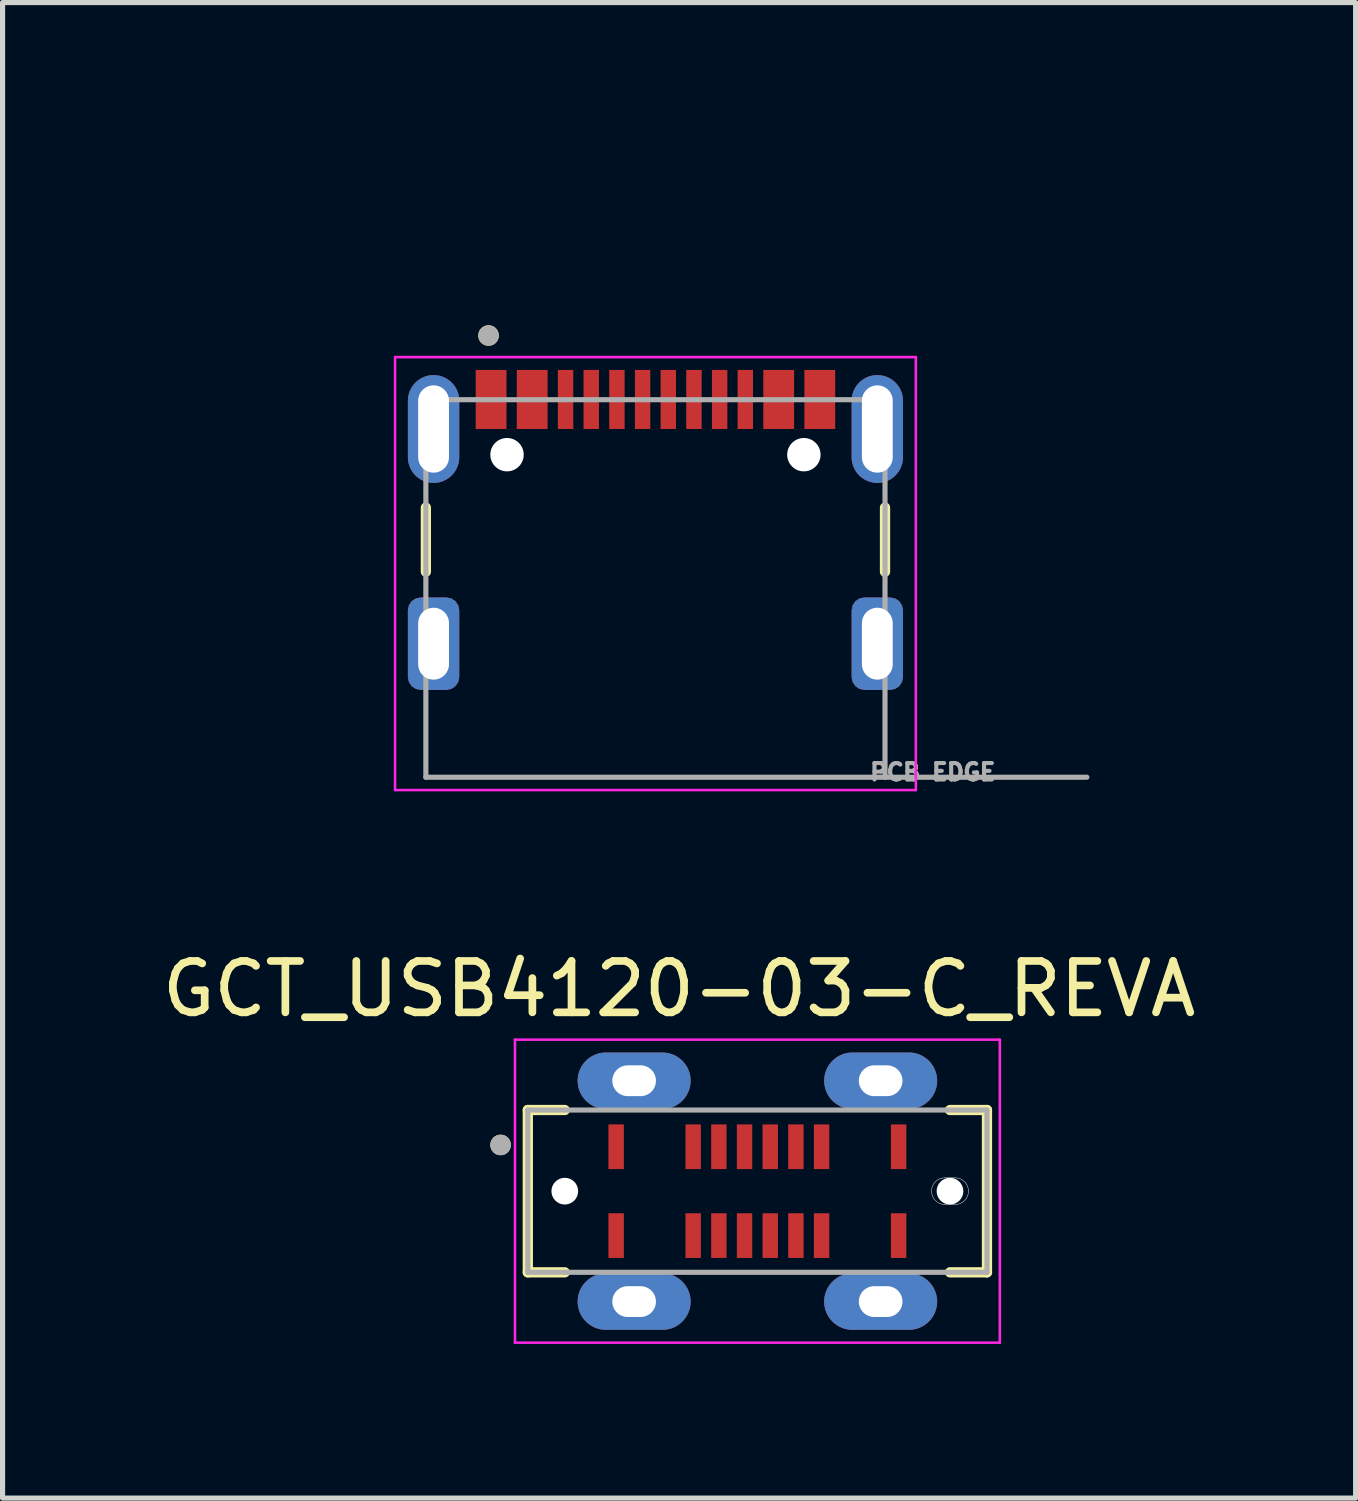
<source format=kicad_pcb>
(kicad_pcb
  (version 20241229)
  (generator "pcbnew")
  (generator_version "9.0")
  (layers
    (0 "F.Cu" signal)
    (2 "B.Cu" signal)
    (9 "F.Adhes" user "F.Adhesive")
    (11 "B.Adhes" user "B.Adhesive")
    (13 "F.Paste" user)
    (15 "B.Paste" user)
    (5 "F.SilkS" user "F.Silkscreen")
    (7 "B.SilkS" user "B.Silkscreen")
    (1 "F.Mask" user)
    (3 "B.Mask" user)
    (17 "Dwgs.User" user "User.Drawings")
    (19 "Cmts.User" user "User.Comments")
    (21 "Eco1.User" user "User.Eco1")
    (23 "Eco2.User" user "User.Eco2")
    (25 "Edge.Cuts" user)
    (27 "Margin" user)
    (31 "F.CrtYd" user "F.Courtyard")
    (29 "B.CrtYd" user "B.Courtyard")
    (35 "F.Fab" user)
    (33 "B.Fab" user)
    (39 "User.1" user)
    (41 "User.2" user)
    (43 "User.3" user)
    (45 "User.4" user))
  (footprint "GCT_USB4105-GF-A"
    (layer "F.Cu")
    (at 9.712 9.483)
    (property "Reference" "GCT_USB4105-GF-A" (at -1.825 -8.635 0) (layer "User.2") (effects (font (size 1 1) (thickness 0.15))))
    (attr smd)
    (fp_line (start -4.47 -2.65) (end -4.47 -1.4) (stroke (width 0.2) (type solid)) (layer "F.SilkS"))
    (fp_line (start 4.47 -2.65) (end 4.47 -1.4) (stroke (width 0.2) (type solid)) (layer "F.SilkS"))
    (fp_circle (center -3.25 -6) (end -3.15 -6) (stroke (width 0.2) (type solid)) (fill no) (layer "F.SilkS"))
    (fp_line (start -5.07 -5.58) (end -5.07 2.85) (stroke (width 0.05) (type solid)) (layer "F.CrtYd"))
    (fp_line (start -5.07 2.85) (end 5.07 2.85) (stroke (width 0.05) (type solid)) (layer "F.CrtYd"))
    (fp_line (start 5.07 -5.58) (end -5.07 -5.58) (stroke (width 0.05) (type solid)) (layer "F.CrtYd"))
    (fp_line (start 5.07 2.85) (end 5.07 -5.58) (stroke (width 0.05) (type solid)) (layer "F.CrtYd"))
    (fp_line (start -4.47 -4.75) (end 4.47 -4.75) (stroke (width 0.1) (type solid)) (layer "F.Fab"))
    (fp_line (start -4.47 2.6) (end -4.47 -4.75) (stroke (width 0.1) (type solid)) (layer "F.Fab"))
    (fp_line (start 4.47 -4.75) (end 4.47 2.6) (stroke (width 0.1) (type solid)) (layer "F.Fab"))
    (fp_line (start 4.47 2.6) (end -4.47 2.6) (stroke (width 0.1) (type solid)) (layer "F.Fab"))
    (fp_line (start 4.47 2.6) (end 8.4 2.6) (stroke (width 0.1) (type solid)) (layer "F.Fab"))
    (fp_circle (center -3.25 -6) (end -3.15 -6) (stroke (width 0.2) (type solid)) (fill no) (layer "F.Fab"))
    (fp_text user "PCB EDGE" (at 5.4 2.5 0) (layer "F.Fab") (effects (font (size 0.32 0.32) (thickness 0.15))))
    (pad "" np_thru_hole circle (at -2.89 -3.68) (size 0.65 0.65) (drill 0.65) (layers "*.Cu" "*.Mask"))
    (pad "" np_thru_hole circle (at 2.89 -3.68) (size 0.65 0.65) (drill 0.65) (layers "*.Cu" "*.Mask"))
    (pad "A5" smd rect (at -1.25 -4.755) (size 0.3 1.15) (layers "F.Cu" "F.Mask" "F.Paste"))
    (pad "A6" smd rect (at -0.25 -4.755) (size 0.3 1.15) (layers "F.Cu" "F.Mask" "F.Paste"))
    (pad "A7" smd rect (at 0.25 -4.755) (size 0.3 1.15) (layers "F.Cu" "F.Mask" "F.Paste"))
    (pad "A8" smd rect (at 1.25 -4.755) (size 0.3 1.15) (layers "F.Cu" "F.Mask" "F.Paste"))
    (pad "B5" smd rect (at 1.75 -4.755) (size 0.3 1.15) (layers "F.Cu" "F.Mask" "F.Paste"))
    (pad "B6" smd rect (at 0.75 -4.755) (size 0.3 1.15) (layers "F.Cu" "F.Mask" "F.Paste"))
    (pad "B7" smd rect (at -0.75 -4.755) (size 0.3 1.15) (layers "F.Cu" "F.Mask" "F.Paste"))
    (pad "B8" smd rect (at -1.75 -4.755) (size 0.3 1.15) (layers "F.Cu" "F.Mask" "F.Paste"))
    (pad "GND" smd rect (at -3.2 -4.755) (size 0.6 1.15) (layers "F.Cu" "F.Mask" "F.Paste"))
    (pad "GND" smd rect (at 3.2 -4.755) (size 0.6 1.15) (layers "F.Cu" "F.Mask" "F.Paste"))
    (pad "SH1" thru_hole oval (at -4.32 -4.18) (size 1 2.1) (drill oval 0.6 1.7) (layers "*.Cu" "*.Mask"))
    (pad "SH2" thru_hole oval (at 4.32 -4.18) (size 1 2.1) (drill oval 0.6 1.7) (layers "*.Cu" "*.Mask"))
    (pad "SH3" thru_hole roundrect (at -4.32 0) (size 1 1.8) (drill oval 0.6 1.4) (layers "*.Cu" "*.Mask") (roundrect_rratio 0.25))
    (pad "SH4" thru_hole roundrect (at 4.32 0) (size 1 1.8) (drill oval 0.6 1.4) (layers "*.Cu" "*.Mask") (roundrect_rratio 0.25))
    (pad "VBUS" smd rect (at -2.4 -4.755) (size 0.6 1.15) (layers "F.Cu" "F.Mask" "F.Paste"))
    (pad "VBUS" smd rect (at 2.4 -4.755) (size 0.6 1.15) (layers "F.Cu" "F.Mask" "F.Paste")))
  (footprint "GCT_USB4120-03-C_REVA"
    (layer "F.Cu")
    (at 11.697 20.143)
    (property "Reference" "GCT_USB4120-03-C_REVA" (at -1.524 -3.937 0) (layer "F.SilkS") (effects (font (size 1 1) (thickness 0.15))))
    (attr smd)
    (fp_line (start -4.47 -1.58) (end -4.47 1.58) (stroke (width 0.2) (type solid)) (layer "F.SilkS"))
    (fp_line (start -4.47 1.58) (end -3.75 1.58) (stroke (width 0.2) (type solid)) (layer "F.SilkS"))
    (fp_line (start -3.75 -1.58) (end -4.47 -1.58) (stroke (width 0.2) (type solid)) (layer "F.SilkS"))
    (fp_line (start 3.75 -1.58) (end 4.47 -1.58) (stroke (width 0.2) (type solid)) (layer "F.SilkS"))
    (fp_line (start 4.47 -1.58) (end 4.47 1.58) (stroke (width 0.2) (type solid)) (layer "F.SilkS"))
    (fp_line (start 4.47 1.58) (end 3.75 1.58) (stroke (width 0.2) (type solid)) (layer "F.SilkS"))
    (fp_circle (center -5 -0.9) (end -4.9 -0.9) (stroke (width 0.2) (type solid)) (fill no) (layer "F.SilkS"))
    (fp_line (start 3.65 -0.26) (end 3.85 -0.26) (stroke (width 0.01) (type solid)) (layer "Edge.Cuts"))
    (fp_line (start 3.85 0.26) (end 3.65 0.26) (stroke (width 0.01) (type solid)) (layer "Edge.Cuts"))
    (fp_arc (start 3.39 0) (mid 3.466152 -0.183848) (end 3.65 -0.26) (stroke (width 0.01) (type solid)) (layer "Edge.Cuts"))
    (fp_arc (start 3.65 0.26) (mid 3.466152 0.183848) (end 3.39 0) (stroke (width 0.01) (type solid)) (layer "Edge.Cuts"))
    (fp_arc (start 3.85 -0.26) (mid 4.033848 -0.183848) (end 4.11 0) (stroke (width 0.01) (type solid)) (layer "Edge.Cuts"))
    (fp_arc (start 4.11 0) (mid 4.033848 0.183848) (end 3.85 0.26) (stroke (width 0.01) (type solid)) (layer "Edge.Cuts"))
    (fp_line (start -4.72 -2.95) (end 4.72 -2.95) (stroke (width 0.05) (type solid)) (layer "F.CrtYd"))
    (fp_line (start -4.72 2.95) (end -4.72 -2.95) (stroke (width 0.05) (type solid)) (layer "F.CrtYd"))
    (fp_line (start 4.72 -2.95) (end 4.72 2.95) (stroke (width 0.05) (type solid)) (layer "F.CrtYd"))
    (fp_line (start 4.72 2.95) (end -4.72 2.95) (stroke (width 0.05) (type solid)) (layer "F.CrtYd"))
    (fp_line (start -4.47 -1.58) (end 4.47 -1.58) (stroke (width 0.1) (type solid)) (layer "F.Fab"))
    (fp_line (start -4.47 1.58) (end -4.47 -1.58) (stroke (width 0.1) (type solid)) (layer "F.Fab"))
    (fp_line (start 4.47 -1.58) (end 4.47 1.58) (stroke (width 0.1) (type solid)) (layer "F.Fab"))
    (fp_line (start 4.47 1.58) (end -4.47 1.58) (stroke (width 0.1) (type solid)) (layer "F.Fab"))
    (fp_circle (center -5 -0.9) (end -4.9 -0.9) (stroke (width 0.2) (type solid)) (fill no) (layer "F.Fab"))
    (pad "" np_thru_hole circle (at -3.75 0) (size 0.52 0.52) (drill 0.52) (layers "*.Cu" "*.Mask"))
    (pad "" np_thru_hole circle (at 3.75 0) (size 0.52 0.52) (drill 0.52) (layers "*.Cu" "*.Mask"))
    (pad "A1" smd rect (at -2.75 -0.865) (size 0.3 0.87) (layers "F.Cu" "F.Mask" "F.Paste"))
    (pad "A4" smd rect (at -1.25 -0.865) (size 0.3 0.87) (layers "F.Cu" "F.Mask" "F.Paste"))
    (pad "A5" smd rect (at -0.75 -0.865) (size 0.3 0.87) (layers "F.Cu" "F.Mask" "F.Paste"))
    (pad "A6" smd rect (at -0.25 -0.865) (size 0.3 0.87) (layers "F.Cu" "F.Mask" "F.Paste"))
    (pad "A7" smd rect (at 0.25 -0.865) (size 0.3 0.87) (layers "F.Cu" "F.Mask" "F.Paste"))
    (pad "A8" smd rect (at 0.75 -0.865) (size 0.3 0.87) (layers "F.Cu" "F.Mask" "F.Paste"))
    (pad "A9" smd rect (at 1.25 -0.865) (size 0.3 0.87) (layers "F.Cu" "F.Mask" "F.Paste"))
    (pad "A12" smd rect (at 2.75 -0.865) (size 0.3 0.87) (layers "F.Cu" "F.Mask" "F.Paste"))
    (pad "B1" smd rect (at 2.75 0.865) (size 0.3 0.87) (layers "F.Cu" "F.Mask" "F.Paste"))
    (pad "B4" smd rect (at 1.25 0.865) (size 0.3 0.87) (layers "F.Cu" "F.Mask" "F.Paste"))
    (pad "B5" smd rect (at 0.75 0.865) (size 0.3 0.87) (layers "F.Cu" "F.Mask" "F.Paste"))
    (pad "B6" smd rect (at 0.25 0.865) (size 0.3 0.87) (layers "F.Cu" "F.Mask" "F.Paste"))
    (pad "B7" smd rect (at -0.25 0.865) (size 0.3 0.87) (layers "F.Cu" "F.Mask" "F.Paste"))
    (pad "B8" smd rect (at -0.75 0.865) (size 0.3 0.87) (layers "F.Cu" "F.Mask" "F.Paste"))
    (pad "B9" smd rect (at -1.25 0.865) (size 0.3 0.87) (layers "F.Cu" "F.Mask" "F.Paste"))
    (pad "B12" smd rect (at -2.75 0.865) (size 0.3 0.87) (layers "F.Cu" "F.Mask" "F.Paste"))
    (pad "S1" thru_hole oval (at -2.4 -2.15) (size 2.2 1.1) (drill oval 0.85 0.6) (layers "*.Cu" "*.Mask"))
    (pad "S2" thru_hole oval (at -2.4 2.15) (size 2.2 1.1) (drill oval 0.85 0.6) (layers "*.Cu" "*.Mask"))
    (pad "S3" thru_hole oval (at 2.4 -2.15) (size 2.2 1.1) (drill oval 0.85 0.6) (layers "*.Cu" "*.Mask"))
    (pad "S4" thru_hole oval (at 2.4 2.15) (size 2.2 1.1) (drill oval 0.85 0.6) (layers "*.Cu" "*.Mask")))
  (gr_rect
    (start -3 -3)
    (end 23.345 26.119)
    (stroke (width 0.1) (type default))
    (fill no)
    (layer "Edge.Cuts")))
</source>
